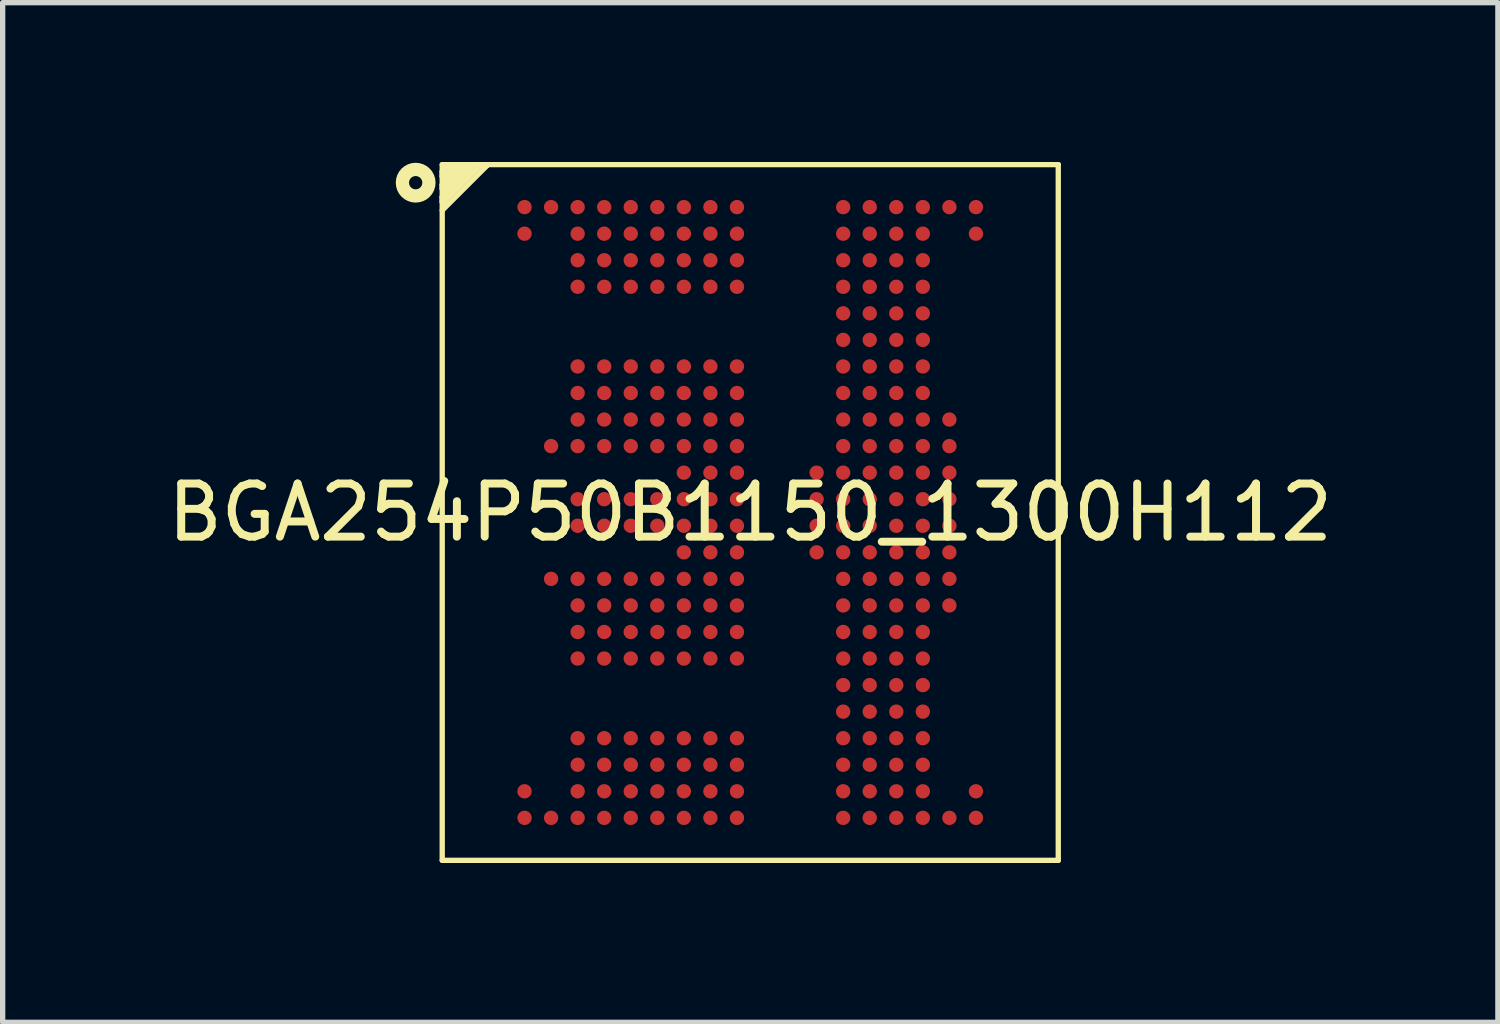
<source format=kicad_pcb>
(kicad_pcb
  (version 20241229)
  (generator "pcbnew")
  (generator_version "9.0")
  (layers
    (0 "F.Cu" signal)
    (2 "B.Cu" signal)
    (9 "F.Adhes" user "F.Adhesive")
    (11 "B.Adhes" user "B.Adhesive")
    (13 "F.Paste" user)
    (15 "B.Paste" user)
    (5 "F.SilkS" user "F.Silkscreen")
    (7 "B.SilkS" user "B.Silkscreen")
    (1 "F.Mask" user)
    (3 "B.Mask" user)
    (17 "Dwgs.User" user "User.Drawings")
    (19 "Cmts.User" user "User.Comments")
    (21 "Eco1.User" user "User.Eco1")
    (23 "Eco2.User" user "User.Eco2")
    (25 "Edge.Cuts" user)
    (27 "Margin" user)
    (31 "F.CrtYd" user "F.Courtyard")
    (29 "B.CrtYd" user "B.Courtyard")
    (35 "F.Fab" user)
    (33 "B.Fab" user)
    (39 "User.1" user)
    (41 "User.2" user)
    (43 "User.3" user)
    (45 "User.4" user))
  (footprint "BGA254P50B1150_1300H112"
    (layer "F.Cu")
    (at 11.077 6.6)
    (property "Reference" "BGA254P50B1150_1300H112" (at 0 0 0) (layer "F.SilkS") (effects (font (size 1 1) (thickness 0.15))))
    (fp_line (start -5.8 -6.55) (end 5.8 -6.55) (stroke (width 0.1) (type default)) (layer "F.SilkS"))
    (fp_line (start -5.8 -6.42) (end -5.67 -6.55) (stroke (width 0.1) (type default)) (layer "F.SilkS"))
    (fp_line (start -5.8 -6.33) (end -5.8 -6.42) (stroke (width 0.1) (type default)) (layer "F.SilkS"))
    (fp_line (start -5.8 -6.33) (end -5.76 -6.33) (stroke (width 0.1) (type default)) (layer "F.SilkS"))
    (fp_line (start -5.8 -6.17) (end -5.44 -6.53) (stroke (width 0.1) (type default)) (layer "F.SilkS"))
    (fp_line (start -5.8 -6.1) (end -5.8 -6.17) (stroke (width 0.1) (type default)) (layer "F.SilkS"))
    (fp_line (start -5.8 -6.1) (end -5.76 -6.1) (stroke (width 0.1) (type default)) (layer "F.SilkS"))
    (fp_line (start -5.8 -5.94) (end -5.24 -6.5) (stroke (width 0.1) (type default)) (layer "F.SilkS"))
    (fp_line (start -5.8 -5.85) (end -5.8 -5.94) (stroke (width 0.1) (type default)) (layer "F.SilkS"))
    (fp_line (start -5.8 -5.85) (end -5.77 -5.85) (stroke (width 0.1) (type default)) (layer "F.SilkS"))
    (fp_line (start -5.8 -5.69) (end -4.96 -6.53) (stroke (width 0.1) (type default)) (layer "F.SilkS"))
    (fp_line (start -5.8 6.55) (end -5.8 -6.55) (stroke (width 0.1) (type default)) (layer "F.SilkS"))
    (fp_line (start -5.8 6.55) (end 5.8 6.55) (stroke (width 0.1) (type default)) (layer "F.SilkS"))
    (fp_line (start -5.77 -5.85) (end -5.07 -6.55) (stroke (width 0.1) (type default)) (layer "F.SilkS"))
    (fp_line (start -5.76 -6.33) (end -5.54 -6.55) (stroke (width 0.1) (type default)) (layer "F.SilkS"))
    (fp_line (start -5.76 -6.1) (end -5.31 -6.55) (stroke (width 0.1) (type default)) (layer "F.SilkS"))
    (fp_line (start -5.67 -6.55) (end -5.659 -6.55) (stroke (width 0.1) (type default)) (layer "F.SilkS"))
    (fp_line (start -5.54 -6.55) (end -5.44 -6.55) (stroke (width 0.1) (type default)) (layer "F.SilkS"))
    (fp_line (start -5.44 -6.53) (end -5.44 -6.55) (stroke (width 0.1) (type default)) (layer "F.SilkS"))
    (fp_line (start -5.31 -6.55) (end -5.24 -6.55) (stroke (width 0.1) (type default)) (layer "F.SilkS"))
    (fp_line (start -5.24 -6.5) (end -5.24 -6.55) (stroke (width 0.1) (type default)) (layer "F.SilkS"))
    (fp_line (start -5.07 -6.55) (end -4.96 -6.55) (stroke (width 0.1) (type default)) (layer "F.SilkS"))
    (fp_line (start -4.96 -6.53) (end -4.96 -6.55) (stroke (width 0.1) (type default)) (layer "F.SilkS"))
    (fp_line (start 5.8 6.55) (end 5.8 -6.55) (stroke (width 0.1) (type default)) (layer "F.SilkS"))
    (fp_circle (center -6.3 -6.21) (end -6.05 -6.21) (stroke (width 0.25) (type default)) (fill no) (layer "F.SilkS"))
    (pad "A1" smd circle (at -4.25 -5.75) (size 0.27 0.27) (layers "F.Cu" "F.Mask" "F.Paste"))
    (pad "A2" smd circle (at -3.75 -5.75) (size 0.27 0.27) (layers "F.Cu" "F.Mask" "F.Paste"))
    (pad "A3" smd circle (at -3.25 -5.75) (size 0.27 0.27) (layers "F.Cu" "F.Mask" "F.Paste"))
    (pad "A4" smd circle (at -2.75 -5.75) (size 0.27 0.27) (layers "F.Cu" "F.Mask" "F.Paste"))
    (pad "A5" smd circle (at -2.25 -5.75) (size 0.27 0.27) (layers "F.Cu" "F.Mask" "F.Paste"))
    (pad "A6" smd circle (at -1.75 -5.75) (size 0.27 0.27) (layers "F.Cu" "F.Mask" "F.Paste"))
    (pad "A7" smd circle (at -1.25 -5.75) (size 0.27 0.27) (layers "F.Cu" "F.Mask" "F.Paste"))
    (pad "A8" smd circle (at -0.75 -5.75) (size 0.27 0.27) (layers "F.Cu" "F.Mask" "F.Paste"))
    (pad "A9" smd circle (at -0.25 -5.75) (size 0.27 0.27) (layers "F.Cu" "F.Mask" "F.Paste"))
    (pad "A13" smd circle (at 1.75 -5.75) (size 0.27 0.27) (layers "F.Cu" "F.Mask" "F.Paste"))
    (pad "A14" smd circle (at 2.25 -5.75) (size 0.27 0.27) (layers "F.Cu" "F.Mask" "F.Paste"))
    (pad "A15" smd circle (at 2.75 -5.75) (size 0.27 0.27) (layers "F.Cu" "F.Mask" "F.Paste"))
    (pad "A16" smd circle (at 3.25 -5.75) (size 0.27 0.27) (layers "F.Cu" "F.Mask" "F.Paste"))
    (pad "A17" smd circle (at 3.75 -5.75) (size 0.27 0.27) (layers "F.Cu" "F.Mask" "F.Paste"))
    (pad "A18" smd circle (at 4.25 -5.75) (size 0.27 0.27) (layers "F.Cu" "F.Mask" "F.Paste"))
    (pad "AA3" smd circle (at -3.25 4.25) (size 0.27 0.27) (layers "F.Cu" "F.Mask" "F.Paste"))
    (pad "AA4" smd circle (at -2.75 4.25) (size 0.27 0.27) (layers "F.Cu" "F.Mask" "F.Paste"))
    (pad "AA5" smd circle (at -2.25 4.25) (size 0.27 0.27) (layers "F.Cu" "F.Mask" "F.Paste"))
    (pad "AA6" smd circle (at -1.75 4.25) (size 0.27 0.27) (layers "F.Cu" "F.Mask" "F.Paste"))
    (pad "AA7" smd circle (at -1.25 4.25) (size 0.27 0.27) (layers "F.Cu" "F.Mask" "F.Paste"))
    (pad "AA8" smd circle (at -0.75 4.25) (size 0.27 0.27) (layers "F.Cu" "F.Mask" "F.Paste"))
    (pad "AA9" smd circle (at -0.25 4.25) (size 0.27 0.27) (layers "F.Cu" "F.Mask" "F.Paste"))
    (pad "AA13" smd circle (at 1.75 4.25) (size 0.27 0.27) (layers "F.Cu" "F.Mask" "F.Paste"))
    (pad "AA14" smd circle (at 2.25 4.25) (size 0.27 0.27) (layers "F.Cu" "F.Mask" "F.Paste"))
    (pad "AA15" smd circle (at 2.75 4.25) (size 0.27 0.27) (layers "F.Cu" "F.Mask" "F.Paste"))
    (pad "AA16" smd circle (at 3.25 4.25) (size 0.27 0.27) (layers "F.Cu" "F.Mask" "F.Paste"))
    (pad "AB3" smd circle (at -3.25 4.75) (size 0.27 0.27) (layers "F.Cu" "F.Mask" "F.Paste"))
    (pad "AB4" smd circle (at -2.75 4.75) (size 0.27 0.27) (layers "F.Cu" "F.Mask" "F.Paste"))
    (pad "AB5" smd circle (at -2.25 4.75) (size 0.27 0.27) (layers "F.Cu" "F.Mask" "F.Paste"))
    (pad "AB6" smd circle (at -1.75 4.75) (size 0.27 0.27) (layers "F.Cu" "F.Mask" "F.Paste"))
    (pad "AB7" smd circle (at -1.25 4.75) (size 0.27 0.27) (layers "F.Cu" "F.Mask" "F.Paste"))
    (pad "AB8" smd circle (at -0.75 4.75) (size 0.27 0.27) (layers "F.Cu" "F.Mask" "F.Paste"))
    (pad "AB9" smd circle (at -0.25 4.75) (size 0.27 0.27) (layers "F.Cu" "F.Mask" "F.Paste"))
    (pad "AB13" smd circle (at 1.75 4.75) (size 0.27 0.27) (layers "F.Cu" "F.Mask" "F.Paste"))
    (pad "AB14" smd circle (at 2.25 4.75) (size 0.27 0.27) (layers "F.Cu" "F.Mask" "F.Paste"))
    (pad "AB15" smd circle (at 2.75 4.75) (size 0.27 0.27) (layers "F.Cu" "F.Mask" "F.Paste"))
    (pad "AB16" smd circle (at 3.25 4.75) (size 0.27 0.27) (layers "F.Cu" "F.Mask" "F.Paste"))
    (pad "AC1" smd circle (at -4.25 5.25) (size 0.27 0.27) (layers "F.Cu" "F.Mask" "F.Paste"))
    (pad "AC3" smd circle (at -3.25 5.25) (size 0.27 0.27) (layers "F.Cu" "F.Mask" "F.Paste"))
    (pad "AC4" smd circle (at -2.75 5.25) (size 0.27 0.27) (layers "F.Cu" "F.Mask" "F.Paste"))
    (pad "AC5" smd circle (at -2.25 5.25) (size 0.27 0.27) (layers "F.Cu" "F.Mask" "F.Paste"))
    (pad "AC6" smd circle (at -1.75 5.25) (size 0.27 0.27) (layers "F.Cu" "F.Mask" "F.Paste"))
    (pad "AC7" smd circle (at -1.25 5.25) (size 0.27 0.27) (layers "F.Cu" "F.Mask" "F.Paste"))
    (pad "AC8" smd circle (at -0.75 5.25) (size 0.27 0.27) (layers "F.Cu" "F.Mask" "F.Paste"))
    (pad "AC9" smd circle (at -0.25 5.25) (size 0.27 0.27) (layers "F.Cu" "F.Mask" "F.Paste"))
    (pad "AC13" smd circle (at 1.75 5.25) (size 0.27 0.27) (layers "F.Cu" "F.Mask" "F.Paste"))
    (pad "AC14" smd circle (at 2.25 5.25) (size 0.27 0.27) (layers "F.Cu" "F.Mask" "F.Paste"))
    (pad "AC15" smd circle (at 2.75 5.25) (size 0.27 0.27) (layers "F.Cu" "F.Mask" "F.Paste"))
    (pad "AC16" smd circle (at 3.25 5.25) (size 0.27 0.27) (layers "F.Cu" "F.Mask" "F.Paste"))
    (pad "AC18" smd circle (at 4.25 5.25) (size 0.27 0.27) (layers "F.Cu" "F.Mask" "F.Paste"))
    (pad "AD1" smd circle (at -4.25 5.75) (size 0.27 0.27) (layers "F.Cu" "F.Mask" "F.Paste"))
    (pad "AD2" smd circle (at -3.75 5.75) (size 0.27 0.27) (layers "F.Cu" "F.Mask" "F.Paste"))
    (pad "AD3" smd circle (at -3.25 5.75) (size 0.27 0.27) (layers "F.Cu" "F.Mask" "F.Paste"))
    (pad "AD4" smd circle (at -2.75 5.75) (size 0.27 0.27) (layers "F.Cu" "F.Mask" "F.Paste"))
    (pad "AD5" smd circle (at -2.25 5.75) (size 0.27 0.27) (layers "F.Cu" "F.Mask" "F.Paste"))
    (pad "AD6" smd circle (at -1.75 5.75) (size 0.27 0.27) (layers "F.Cu" "F.Mask" "F.Paste"))
    (pad "AD7" smd circle (at -1.25 5.75) (size 0.27 0.27) (layers "F.Cu" "F.Mask" "F.Paste"))
    (pad "AD8" smd circle (at -0.75 5.75) (size 0.27 0.27) (layers "F.Cu" "F.Mask" "F.Paste"))
    (pad "AD9" smd circle (at -0.25 5.75) (size 0.27 0.27) (layers "F.Cu" "F.Mask" "F.Paste"))
    (pad "AD13" smd circle (at 1.75 5.75) (size 0.27 0.27) (layers "F.Cu" "F.Mask" "F.Paste"))
    (pad "AD14" smd circle (at 2.25 5.75) (size 0.27 0.27) (layers "F.Cu" "F.Mask" "F.Paste"))
    (pad "AD15" smd circle (at 2.75 5.75) (size 0.27 0.27) (layers "F.Cu" "F.Mask" "F.Paste"))
    (pad "AD16" smd circle (at 3.25 5.75) (size 0.27 0.27) (layers "F.Cu" "F.Mask" "F.Paste"))
    (pad "AD17" smd circle (at 3.75 5.75) (size 0.27 0.27) (layers "F.Cu" "F.Mask" "F.Paste"))
    (pad "AD18" smd circle (at 4.25 5.75) (size 0.27 0.27) (layers "F.Cu" "F.Mask" "F.Paste"))
    (pad "B1" smd circle (at -4.25 -5.25) (size 0.27 0.27) (layers "F.Cu" "F.Mask" "F.Paste"))
    (pad "B3" smd circle (at -3.25 -5.25) (size 0.27 0.27) (layers "F.Cu" "F.Mask" "F.Paste"))
    (pad "B4" smd circle (at -2.75 -5.25) (size 0.27 0.27) (layers "F.Cu" "F.Mask" "F.Paste"))
    (pad "B5" smd circle (at -2.25 -5.25) (size 0.27 0.27) (layers "F.Cu" "F.Mask" "F.Paste"))
    (pad "B6" smd circle (at -1.75 -5.25) (size 0.27 0.27) (layers "F.Cu" "F.Mask" "F.Paste"))
    (pad "B7" smd circle (at -1.25 -5.25) (size 0.27 0.27) (layers "F.Cu" "F.Mask" "F.Paste"))
    (pad "B8" smd circle (at -0.75 -5.25) (size 0.27 0.27) (layers "F.Cu" "F.Mask" "F.Paste"))
    (pad "B9" smd circle (at -0.25 -5.25) (size 0.27 0.27) (layers "F.Cu" "F.Mask" "F.Paste"))
    (pad "B13" smd circle (at 1.75 -5.25) (size 0.27 0.27) (layers "F.Cu" "F.Mask" "F.Paste"))
    (pad "B14" smd circle (at 2.25 -5.25) (size 0.27 0.27) (layers "F.Cu" "F.Mask" "F.Paste"))
    (pad "B15" smd circle (at 2.75 -5.25) (size 0.27 0.27) (layers "F.Cu" "F.Mask" "F.Paste"))
    (pad "B16" smd circle (at 3.25 -5.25) (size 0.27 0.27) (layers "F.Cu" "F.Mask" "F.Paste"))
    (pad "B18" smd circle (at 4.25 -5.25) (size 0.27 0.27) (layers "F.Cu" "F.Mask" "F.Paste"))
    (pad "C3" smd circle (at -3.25 -4.75) (size 0.27 0.27) (layers "F.Cu" "F.Mask" "F.Paste"))
    (pad "C4" smd circle (at -2.75 -4.75) (size 0.27 0.27) (layers "F.Cu" "F.Mask" "F.Paste"))
    (pad "C5" smd circle (at -2.25 -4.75) (size 0.27 0.27) (layers "F.Cu" "F.Mask" "F.Paste"))
    (pad "C6" smd circle (at -1.75 -4.75) (size 0.27 0.27) (layers "F.Cu" "F.Mask" "F.Paste"))
    (pad "C7" smd circle (at -1.25 -4.75) (size 0.27 0.27) (layers "F.Cu" "F.Mask" "F.Paste"))
    (pad "C8" smd circle (at -0.75 -4.75) (size 0.27 0.27) (layers "F.Cu" "F.Mask" "F.Paste"))
    (pad "C9" smd circle (at -0.25 -4.75) (size 0.27 0.27) (layers "F.Cu" "F.Mask" "F.Paste"))
    (pad "C13" smd circle (at 1.75 -4.75) (size 0.27 0.27) (layers "F.Cu" "F.Mask" "F.Paste"))
    (pad "C14" smd circle (at 2.25 -4.75) (size 0.27 0.27) (layers "F.Cu" "F.Mask" "F.Paste"))
    (pad "C15" smd circle (at 2.75 -4.75) (size 0.27 0.27) (layers "F.Cu" "F.Mask" "F.Paste"))
    (pad "C16" smd circle (at 3.25 -4.75) (size 0.27 0.27) (layers "F.Cu" "F.Mask" "F.Paste"))
    (pad "D3" smd circle (at -3.25 -4.25) (size 0.27 0.27) (layers "F.Cu" "F.Mask" "F.Paste"))
    (pad "D4" smd circle (at -2.75 -4.25) (size 0.27 0.27) (layers "F.Cu" "F.Mask" "F.Paste"))
    (pad "D5" smd circle (at -2.25 -4.25) (size 0.27 0.27) (layers "F.Cu" "F.Mask" "F.Paste"))
    (pad "D6" smd circle (at -1.75 -4.25) (size 0.27 0.27) (layers "F.Cu" "F.Mask" "F.Paste"))
    (pad "D7" smd circle (at -1.25 -4.25) (size 0.27 0.27) (layers "F.Cu" "F.Mask" "F.Paste"))
    (pad "D8" smd circle (at -0.75 -4.25) (size 0.27 0.27) (layers "F.Cu" "F.Mask" "F.Paste"))
    (pad "D9" smd circle (at -0.25 -4.25) (size 0.27 0.27) (layers "F.Cu" "F.Mask" "F.Paste"))
    (pad "D13" smd circle (at 1.75 -4.25) (size 0.27 0.27) (layers "F.Cu" "F.Mask" "F.Paste"))
    (pad "D14" smd circle (at 2.25 -4.25) (size 0.27 0.27) (layers "F.Cu" "F.Mask" "F.Paste"))
    (pad "D15" smd circle (at 2.75 -4.25) (size 0.27 0.27) (layers "F.Cu" "F.Mask" "F.Paste"))
    (pad "D16" smd circle (at 3.25 -4.25) (size 0.27 0.27) (layers "F.Cu" "F.Mask" "F.Paste"))
    (pad "E13" smd circle (at 1.75 -3.75) (size 0.27 0.27) (layers "F.Cu" "F.Mask" "F.Paste"))
    (pad "E14" smd circle (at 2.25 -3.75) (size 0.27 0.27) (layers "F.Cu" "F.Mask" "F.Paste"))
    (pad "E15" smd circle (at 2.75 -3.75) (size 0.27 0.27) (layers "F.Cu" "F.Mask" "F.Paste"))
    (pad "E16" smd circle (at 3.25 -3.75) (size 0.27 0.27) (layers "F.Cu" "F.Mask" "F.Paste"))
    (pad "F13" smd circle (at 1.75 -3.25) (size 0.27 0.27) (layers "F.Cu" "F.Mask" "F.Paste"))
    (pad "F14" smd circle (at 2.25 -3.25) (size 0.27 0.27) (layers "F.Cu" "F.Mask" "F.Paste"))
    (pad "F15" smd circle (at 2.75 -3.25) (size 0.27 0.27) (layers "F.Cu" "F.Mask" "F.Paste"))
    (pad "F16" smd circle (at 3.25 -3.25) (size 0.27 0.27) (layers "F.Cu" "F.Mask" "F.Paste"))
    (pad "G3" smd circle (at -3.25 -2.75) (size 0.27 0.27) (layers "F.Cu" "F.Mask" "F.Paste"))
    (pad "G4" smd circle (at -2.75 -2.75) (size 0.27 0.27) (layers "F.Cu" "F.Mask" "F.Paste"))
    (pad "G5" smd circle (at -2.25 -2.75) (size 0.27 0.27) (layers "F.Cu" "F.Mask" "F.Paste"))
    (pad "G6" smd circle (at -1.75 -2.75) (size 0.27 0.27) (layers "F.Cu" "F.Mask" "F.Paste"))
    (pad "G7" smd circle (at -1.25 -2.75) (size 0.27 0.27) (layers "F.Cu" "F.Mask" "F.Paste"))
    (pad "G8" smd circle (at -0.75 -2.75) (size 0.27 0.27) (layers "F.Cu" "F.Mask" "F.Paste"))
    (pad "G9" smd circle (at -0.25 -2.75) (size 0.27 0.27) (layers "F.Cu" "F.Mask" "F.Paste"))
    (pad "G13" smd circle (at 1.75 -2.75) (size 0.27 0.27) (layers "F.Cu" "F.Mask" "F.Paste"))
    (pad "G14" smd circle (at 2.25 -2.75) (size 0.27 0.27) (layers "F.Cu" "F.Mask" "F.Paste"))
    (pad "G15" smd circle (at 2.75 -2.75) (size 0.27 0.27) (layers "F.Cu" "F.Mask" "F.Paste"))
    (pad "G16" smd circle (at 3.25 -2.75) (size 0.27 0.27) (layers "F.Cu" "F.Mask" "F.Paste"))
    (pad "H3" smd circle (at -3.25 -2.25) (size 0.27 0.27) (layers "F.Cu" "F.Mask" "F.Paste"))
    (pad "H4" smd circle (at -2.75 -2.25) (size 0.27 0.27) (layers "F.Cu" "F.Mask" "F.Paste"))
    (pad "H5" smd circle (at -2.25 -2.25) (size 0.27 0.27) (layers "F.Cu" "F.Mask" "F.Paste"))
    (pad "H6" smd circle (at -1.75 -2.25) (size 0.27 0.27) (layers "F.Cu" "F.Mask" "F.Paste"))
    (pad "H7" smd circle (at -1.25 -2.25) (size 0.27 0.27) (layers "F.Cu" "F.Mask" "F.Paste"))
    (pad "H8" smd circle (at -0.75 -2.25) (size 0.27 0.27) (layers "F.Cu" "F.Mask" "F.Paste"))
    (pad "H9" smd circle (at -0.25 -2.25) (size 0.27 0.27) (layers "F.Cu" "F.Mask" "F.Paste"))
    (pad "H13" smd circle (at 1.75 -2.25) (size 0.27 0.27) (layers "F.Cu" "F.Mask" "F.Paste"))
    (pad "H14" smd circle (at 2.25 -2.25) (size 0.27 0.27) (layers "F.Cu" "F.Mask" "F.Paste"))
    (pad "H15" smd circle (at 2.75 -2.25) (size 0.27 0.27) (layers "F.Cu" "F.Mask" "F.Paste"))
    (pad "H16" smd circle (at 3.25 -2.25) (size 0.27 0.27) (layers "F.Cu" "F.Mask" "F.Paste"))
    (pad "J3" smd circle (at -3.25 -1.75) (size 0.27 0.27) (layers "F.Cu" "F.Mask" "F.Paste"))
    (pad "J4" smd circle (at -2.75 -1.75) (size 0.27 0.27) (layers "F.Cu" "F.Mask" "F.Paste"))
    (pad "J5" smd circle (at -2.25 -1.75) (size 0.27 0.27) (layers "F.Cu" "F.Mask" "F.Paste"))
    (pad "J6" smd circle (at -1.75 -1.75) (size 0.27 0.27) (layers "F.Cu" "F.Mask" "F.Paste"))
    (pad "J7" smd circle (at -1.25 -1.75) (size 0.27 0.27) (layers "F.Cu" "F.Mask" "F.Paste"))
    (pad "J8" smd circle (at -0.75 -1.75) (size 0.27 0.27) (layers "F.Cu" "F.Mask" "F.Paste"))
    (pad "J9" smd circle (at -0.25 -1.75) (size 0.27 0.27) (layers "F.Cu" "F.Mask" "F.Paste"))
    (pad "J13" smd circle (at 1.75 -1.75) (size 0.27 0.27) (layers "F.Cu" "F.Mask" "F.Paste"))
    (pad "J14" smd circle (at 2.25 -1.75) (size 0.27 0.27) (layers "F.Cu" "F.Mask" "F.Paste"))
    (pad "J15" smd circle (at 2.75 -1.75) (size 0.27 0.27) (layers "F.Cu" "F.Mask" "F.Paste"))
    (pad "J16" smd circle (at 3.25 -1.75) (size 0.27 0.27) (layers "F.Cu" "F.Mask" "F.Paste"))
    (pad "J17" smd circle (at 3.75 -1.75) (size 0.27 0.27) (layers "F.Cu" "F.Mask" "F.Paste"))
    (pad "K2" smd circle (at -3.75 -1.25) (size 0.27 0.27) (layers "F.Cu" "F.Mask" "F.Paste"))
    (pad "K3" smd circle (at -3.25 -1.25) (size 0.27 0.27) (layers "F.Cu" "F.Mask" "F.Paste"))
    (pad "K4" smd circle (at -2.75 -1.25) (size 0.27 0.27) (layers "F.Cu" "F.Mask" "F.Paste"))
    (pad "K5" smd circle (at -2.25 -1.25) (size 0.27 0.27) (layers "F.Cu" "F.Mask" "F.Paste"))
    (pad "K6" smd circle (at -1.75 -1.25) (size 0.27 0.27) (layers "F.Cu" "F.Mask" "F.Paste"))
    (pad "K7" smd circle (at -1.25 -1.25) (size 0.27 0.27) (layers "F.Cu" "F.Mask" "F.Paste"))
    (pad "K8" smd circle (at -0.75 -1.25) (size 0.27 0.27) (layers "F.Cu" "F.Mask" "F.Paste"))
    (pad "K9" smd circle (at -0.25 -1.25) (size 0.27 0.27) (layers "F.Cu" "F.Mask" "F.Paste"))
    (pad "K13" smd circle (at 1.75 -1.25) (size 0.27 0.27) (layers "F.Cu" "F.Mask" "F.Paste"))
    (pad "K14" smd circle (at 2.25 -1.25) (size 0.27 0.27) (layers "F.Cu" "F.Mask" "F.Paste"))
    (pad "K15" smd circle (at 2.75 -1.25) (size 0.27 0.27) (layers "F.Cu" "F.Mask" "F.Paste"))
    (pad "K16" smd circle (at 3.25 -1.25) (size 0.27 0.27) (layers "F.Cu" "F.Mask" "F.Paste"))
    (pad "K17" smd circle (at 3.75 -1.25) (size 0.27 0.27) (layers "F.Cu" "F.Mask" "F.Paste"))
    (pad "L7" smd circle (at -1.25 -0.75) (size 0.27 0.27) (layers "F.Cu" "F.Mask" "F.Paste"))
    (pad "L8" smd circle (at -0.75 -0.75) (size 0.27 0.27) (layers "F.Cu" "F.Mask" "F.Paste"))
    (pad "L9" smd circle (at -0.25 -0.75) (size 0.27 0.27) (layers "F.Cu" "F.Mask" "F.Paste"))
    (pad "L12" smd circle (at 1.25 -0.75) (size 0.27 0.27) (layers "F.Cu" "F.Mask" "F.Paste"))
    (pad "L13" smd circle (at 1.75 -0.75) (size 0.27 0.27) (layers "F.Cu" "F.Mask" "F.Paste"))
    (pad "L14" smd circle (at 2.25 -0.75) (size 0.27 0.27) (layers "F.Cu" "F.Mask" "F.Paste"))
    (pad "L15" smd circle (at 2.75 -0.75) (size 0.27 0.27) (layers "F.Cu" "F.Mask" "F.Paste"))
    (pad "L16" smd circle (at 3.25 -0.75) (size 0.27 0.27) (layers "F.Cu" "F.Mask" "F.Paste"))
    (pad "L17" smd circle (at 3.75 -0.75) (size 0.27 0.27) (layers "F.Cu" "F.Mask" "F.Paste"))
    (pad "M3" smd circle (at -3.25 -0.25) (size 0.27 0.27) (layers "F.Cu" "F.Mask" "F.Paste"))
    (pad "M4" smd circle (at -2.75 -0.25) (size 0.27 0.27) (layers "F.Cu" "F.Mask" "F.Paste"))
    (pad "M5" smd circle (at -2.25 -0.25) (size 0.27 0.27) (layers "F.Cu" "F.Mask" "F.Paste"))
    (pad "M6" smd circle (at -1.75 -0.25) (size 0.27 0.27) (layers "F.Cu" "F.Mask" "F.Paste"))
    (pad "M7" smd circle (at -1.25 -0.25) (size 0.27 0.27) (layers "F.Cu" "F.Mask" "F.Paste"))
    (pad "M8" smd circle (at -0.75 -0.25) (size 0.27 0.27) (layers "F.Cu" "F.Mask" "F.Paste"))
    (pad "M9" smd circle (at -0.25 -0.25) (size 0.27 0.27) (layers "F.Cu" "F.Mask" "F.Paste"))
    (pad "M12" smd circle (at 1.25 -0.25) (size 0.27 0.27) (layers "F.Cu" "F.Mask" "F.Paste"))
    (pad "M13" smd circle (at 1.75 -0.25) (size 0.27 0.27) (layers "F.Cu" "F.Mask" "F.Paste"))
    (pad "M14" smd circle (at 2.25 -0.25) (size 0.27 0.27) (layers "F.Cu" "F.Mask" "F.Paste"))
    (pad "M15" smd circle (at 2.75 -0.25) (size 0.27 0.27) (layers "F.Cu" "F.Mask" "F.Paste"))
    (pad "M16" smd circle (at 3.25 -0.25) (size 0.27 0.27) (layers "F.Cu" "F.Mask" "F.Paste"))
    (pad "M17" smd circle (at 3.75 -0.25) (size 0.27 0.27) (layers "F.Cu" "F.Mask" "F.Paste"))
    (pad "N3" smd circle (at -3.25 0.25) (size 0.27 0.27) (layers "F.Cu" "F.Mask" "F.Paste"))
    (pad "N4" smd circle (at -2.75 0.25) (size 0.27 0.27) (layers "F.Cu" "F.Mask" "F.Paste"))
    (pad "N5" smd circle (at -2.25 0.25) (size 0.27 0.27) (layers "F.Cu" "F.Mask" "F.Paste"))
    (pad "N6" smd circle (at -1.75 0.25) (size 0.27 0.27) (layers "F.Cu" "F.Mask" "F.Paste"))
    (pad "N7" smd circle (at -1.25 0.25) (size 0.27 0.27) (layers "F.Cu" "F.Mask" "F.Paste"))
    (pad "N8" smd circle (at -0.75 0.25) (size 0.27 0.27) (layers "F.Cu" "F.Mask" "F.Paste"))
    (pad "N9" smd circle (at -0.25 0.25) (size 0.27 0.27) (layers "F.Cu" "F.Mask" "F.Paste"))
    (pad "N12" smd circle (at 1.25 0.25) (size 0.27 0.27) (layers "F.Cu" "F.Mask" "F.Paste"))
    (pad "N13" smd circle (at 1.75 0.25) (size 0.27 0.27) (layers "F.Cu" "F.Mask" "F.Paste"))
    (pad "N14" smd circle (at 2.25 0.25) (size 0.27 0.27) (layers "F.Cu" "F.Mask" "F.Paste"))
    (pad "N15" smd circle (at 2.75 0.25) (size 0.27 0.27) (layers "F.Cu" "F.Mask" "F.Paste"))
    (pad "N16" smd circle (at 3.25 0.25) (size 0.27 0.27) (layers "F.Cu" "F.Mask" "F.Paste"))
    (pad "N17" smd circle (at 3.75 0.25) (size 0.27 0.27) (layers "F.Cu" "F.Mask" "F.Paste"))
    (pad "P7" smd circle (at -1.25 0.75) (size 0.27 0.27) (layers "F.Cu" "F.Mask" "F.Paste"))
    (pad "P8" smd circle (at -0.75 0.75) (size 0.27 0.27) (layers "F.Cu" "F.Mask" "F.Paste"))
    (pad "P9" smd circle (at -0.25 0.75) (size 0.27 0.27) (layers "F.Cu" "F.Mask" "F.Paste"))
    (pad "P12" smd circle (at 1.25 0.75) (size 0.27 0.27) (layers "F.Cu" "F.Mask" "F.Paste"))
    (pad "P13" smd circle (at 1.75 0.75) (size 0.27 0.27) (layers "F.Cu" "F.Mask" "F.Paste"))
    (pad "P14" smd circle (at 2.25 0.75) (size 0.27 0.27) (layers "F.Cu" "F.Mask" "F.Paste"))
    (pad "P15" smd circle (at 2.75 0.75) (size 0.27 0.27) (layers "F.Cu" "F.Mask" "F.Paste"))
    (pad "P16" smd circle (at 3.25 0.75) (size 0.27 0.27) (layers "F.Cu" "F.Mask" "F.Paste"))
    (pad "P17" smd circle (at 3.75 0.75) (size 0.27 0.27) (layers "F.Cu" "F.Mask" "F.Paste"))
    (pad "R2" smd circle (at -3.75 1.25) (size 0.27 0.27) (layers "F.Cu" "F.Mask" "F.Paste"))
    (pad "R3" smd circle (at -3.25 1.25) (size 0.27 0.27) (layers "F.Cu" "F.Mask" "F.Paste"))
    (pad "R4" smd circle (at -2.75 1.25) (size 0.27 0.27) (layers "F.Cu" "F.Mask" "F.Paste"))
    (pad "R5" smd circle (at -2.25 1.25) (size 0.27 0.27) (layers "F.Cu" "F.Mask" "F.Paste"))
    (pad "R6" smd circle (at -1.75 1.25) (size 0.27 0.27) (layers "F.Cu" "F.Mask" "F.Paste"))
    (pad "R7" smd circle (at -1.25 1.25) (size 0.27 0.27) (layers "F.Cu" "F.Mask" "F.Paste"))
    (pad "R8" smd circle (at -0.75 1.25) (size 0.27 0.27) (layers "F.Cu" "F.Mask" "F.Paste"))
    (pad "R9" smd circle (at -0.25 1.25) (size 0.27 0.27) (layers "F.Cu" "F.Mask" "F.Paste"))
    (pad "R13" smd circle (at 1.75 1.25) (size 0.27 0.27) (layers "F.Cu" "F.Mask" "F.Paste"))
    (pad "R14" smd circle (at 2.25 1.25) (size 0.27 0.27) (layers "F.Cu" "F.Mask" "F.Paste"))
    (pad "R15" smd circle (at 2.75 1.25) (size 0.27 0.27) (layers "F.Cu" "F.Mask" "F.Paste"))
    (pad "R16" smd circle (at 3.25 1.25) (size 0.27 0.27) (layers "F.Cu" "F.Mask" "F.Paste"))
    (pad "R17" smd circle (at 3.75 1.25) (size 0.27 0.27) (layers "F.Cu" "F.Mask" "F.Paste"))
    (pad "T3" smd circle (at -3.25 1.75) (size 0.27 0.27) (layers "F.Cu" "F.Mask" "F.Paste"))
    (pad "T4" smd circle (at -2.75 1.75) (size 0.27 0.27) (layers "F.Cu" "F.Mask" "F.Paste"))
    (pad "T5" smd circle (at -2.25 1.75) (size 0.27 0.27) (layers "F.Cu" "F.Mask" "F.Paste"))
    (pad "T6" smd circle (at -1.75 1.75) (size 0.27 0.27) (layers "F.Cu" "F.Mask" "F.Paste"))
    (pad "T7" smd circle (at -1.25 1.75) (size 0.27 0.27) (layers "F.Cu" "F.Mask" "F.Paste"))
    (pad "T8" smd circle (at -0.75 1.75) (size 0.27 0.27) (layers "F.Cu" "F.Mask" "F.Paste"))
    (pad "T9" smd circle (at -0.25 1.75) (size 0.27 0.27) (layers "F.Cu" "F.Mask" "F.Paste"))
    (pad "T13" smd circle (at 1.75 1.75) (size 0.27 0.27) (layers "F.Cu" "F.Mask" "F.Paste"))
    (pad "T14" smd circle (at 2.25 1.75) (size 0.27 0.27) (layers "F.Cu" "F.Mask" "F.Paste"))
    (pad "T15" smd circle (at 2.75 1.75) (size 0.27 0.27) (layers "F.Cu" "F.Mask" "F.Paste"))
    (pad "T16" smd circle (at 3.25 1.75) (size 0.27 0.27) (layers "F.Cu" "F.Mask" "F.Paste"))
    (pad "T17" smd circle (at 3.75 1.75) (size 0.27 0.27) (layers "F.Cu" "F.Mask" "F.Paste"))
    (pad "U3" smd circle (at -3.25 2.25) (size 0.27 0.27) (layers "F.Cu" "F.Mask" "F.Paste"))
    (pad "U4" smd circle (at -2.75 2.25) (size 0.27 0.27) (layers "F.Cu" "F.Mask" "F.Paste"))
    (pad "U5" smd circle (at -2.25 2.25) (size 0.27 0.27) (layers "F.Cu" "F.Mask" "F.Paste"))
    (pad "U6" smd circle (at -1.75 2.25) (size 0.27 0.27) (layers "F.Cu" "F.Mask" "F.Paste"))
    (pad "U7" smd circle (at -1.25 2.25) (size 0.27 0.27) (layers "F.Cu" "F.Mask" "F.Paste"))
    (pad "U8" smd circle (at -0.75 2.25) (size 0.27 0.27) (layers "F.Cu" "F.Mask" "F.Paste"))
    (pad "U9" smd circle (at -0.25 2.25) (size 0.27 0.27) (layers "F.Cu" "F.Mask" "F.Paste"))
    (pad "U13" smd circle (at 1.75 2.25) (size 0.27 0.27) (layers "F.Cu" "F.Mask" "F.Paste"))
    (pad "U14" smd circle (at 2.25 2.25) (size 0.27 0.27) (layers "F.Cu" "F.Mask" "F.Paste"))
    (pad "U15" smd circle (at 2.75 2.25) (size 0.27 0.27) (layers "F.Cu" "F.Mask" "F.Paste"))
    (pad "U16" smd circle (at 3.25 2.25) (size 0.27 0.27) (layers "F.Cu" "F.Mask" "F.Paste"))
    (pad "V3" smd circle (at -3.25 2.75) (size 0.27 0.27) (layers "F.Cu" "F.Mask" "F.Paste"))
    (pad "V4" smd circle (at -2.75 2.75) (size 0.27 0.27) (layers "F.Cu" "F.Mask" "F.Paste"))
    (pad "V5" smd circle (at -2.25 2.75) (size 0.27 0.27) (layers "F.Cu" "F.Mask" "F.Paste"))
    (pad "V6" smd circle (at -1.75 2.75) (size 0.27 0.27) (layers "F.Cu" "F.Mask" "F.Paste"))
    (pad "V7" smd circle (at -1.25 2.75) (size 0.27 0.27) (layers "F.Cu" "F.Mask" "F.Paste"))
    (pad "V8" smd circle (at -0.75 2.75) (size 0.27 0.27) (layers "F.Cu" "F.Mask" "F.Paste"))
    (pad "V9" smd circle (at -0.25 2.75) (size 0.27 0.27) (layers "F.Cu" "F.Mask" "F.Paste"))
    (pad "V13" smd circle (at 1.75 2.75) (size 0.27 0.27) (layers "F.Cu" "F.Mask" "F.Paste"))
    (pad "V14" smd circle (at 2.25 2.75) (size 0.27 0.27) (layers "F.Cu" "F.Mask" "F.Paste"))
    (pad "V15" smd circle (at 2.75 2.75) (size 0.27 0.27) (layers "F.Cu" "F.Mask" "F.Paste"))
    (pad "V16" smd circle (at 3.25 2.75) (size 0.27 0.27) (layers "F.Cu" "F.Mask" "F.Paste"))
    (pad "W13" smd circle (at 1.75 3.25) (size 0.27 0.27) (layers "F.Cu" "F.Mask" "F.Paste"))
    (pad "W14" smd circle (at 2.25 3.25) (size 0.27 0.27) (layers "F.Cu" "F.Mask" "F.Paste"))
    (pad "W15" smd circle (at 2.75 3.25) (size 0.27 0.27) (layers "F.Cu" "F.Mask" "F.Paste"))
    (pad "W16" smd circle (at 3.25 3.25) (size 0.27 0.27) (layers "F.Cu" "F.Mask" "F.Paste"))
    (pad "Y13" smd circle (at 1.75 3.75) (size 0.27 0.27) (layers "F.Cu" "F.Mask" "F.Paste"))
    (pad "Y14" smd circle (at 2.25 3.75) (size 0.27 0.27) (layers "F.Cu" "F.Mask" "F.Paste"))
    (pad "Y15" smd circle (at 2.75 3.75) (size 0.27 0.27) (layers "F.Cu" "F.Mask" "F.Paste"))
    (pad "Y16" smd circle (at 3.25 3.75) (size 0.27 0.27) (layers "F.Cu" "F.Mask" "F.Paste")))
  (gr_rect
    (start -3 -3)
    (end 25.155 16.2)
    (stroke (width 0.1) (type default))
    (fill no)
    (layer "Edge.Cuts")))
</source>
